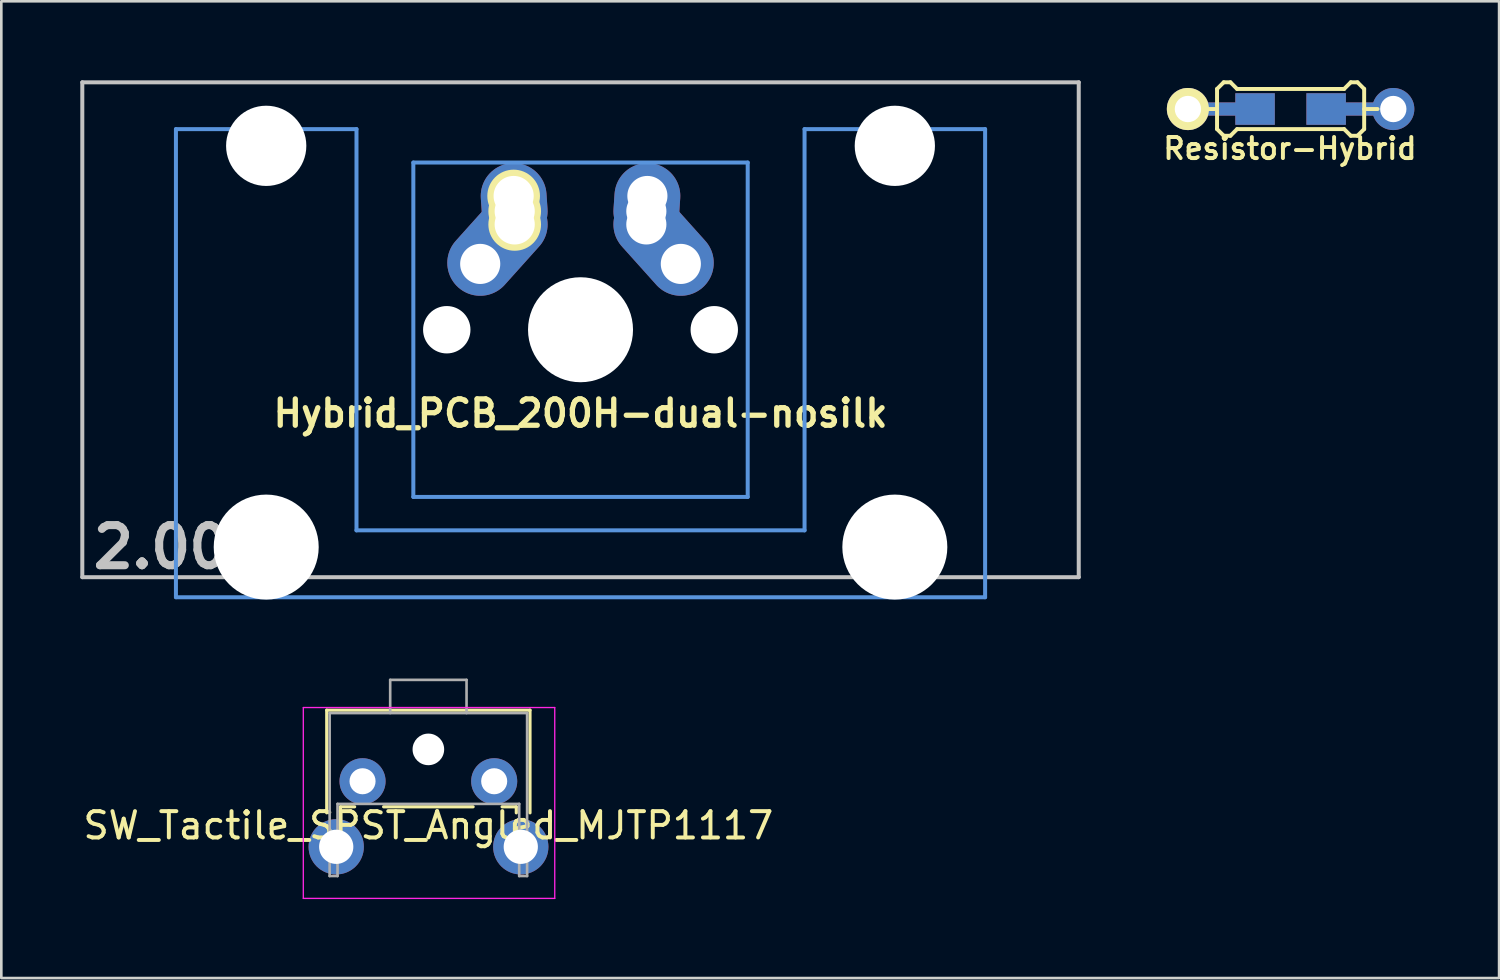
<source format=kicad_pcb>
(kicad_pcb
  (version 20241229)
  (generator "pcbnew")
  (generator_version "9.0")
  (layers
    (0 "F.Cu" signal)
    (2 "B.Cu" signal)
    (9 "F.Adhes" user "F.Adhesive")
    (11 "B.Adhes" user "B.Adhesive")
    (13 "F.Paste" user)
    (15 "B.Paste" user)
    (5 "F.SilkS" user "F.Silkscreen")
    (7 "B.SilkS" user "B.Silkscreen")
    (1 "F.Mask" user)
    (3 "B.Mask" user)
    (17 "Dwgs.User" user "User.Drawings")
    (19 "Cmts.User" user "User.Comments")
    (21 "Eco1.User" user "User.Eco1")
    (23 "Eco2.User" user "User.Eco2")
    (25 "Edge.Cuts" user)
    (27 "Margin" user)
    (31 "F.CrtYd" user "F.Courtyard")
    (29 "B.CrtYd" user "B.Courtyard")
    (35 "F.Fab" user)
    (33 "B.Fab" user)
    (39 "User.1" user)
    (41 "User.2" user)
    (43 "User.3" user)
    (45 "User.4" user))
  (footprint "Resistor-Hybrid"
    (layer "F.Cu")
    (at 45.969 1.091)
    (property "Reference" "Resistor-Hybrid" (at -0.025 1.5 0) (layer "F.SilkS") (effects (font (size 0.8 0.8) (thickness 0.15))))
    (attr smd)
    (fp_line (start -3.302 0) (end -2.794 0) (stroke (width 0.15) (type solid)) (layer "F.SilkS"))
    (fp_line (start -2.794 -0.762) (end -2.54 -1.016) (stroke (width 0.15) (type solid)) (layer "F.SilkS"))
    (fp_line (start -2.794 0.762) (end -2.794 -0.762) (stroke (width 0.15) (type solid)) (layer "F.SilkS"))
    (fp_line (start -2.54 -1.016) (end -2.286 -1.016) (stroke (width 0.15) (type solid)) (layer "F.SilkS"))
    (fp_line (start -2.54 1.016) (end -2.794 0.762) (stroke (width 0.15) (type solid)) (layer "F.SilkS"))
    (fp_line (start -2.286 -1.016) (end -2.032 -0.762) (stroke (width 0.15) (type solid)) (layer "F.SilkS"))
    (fp_line (start -2.286 1.016) (end -2.54 1.016) (stroke (width 0.15) (type solid)) (layer "F.SilkS"))
    (fp_line (start -2.032 -0.762) (end 2.032 -0.762) (stroke (width 0.15) (type solid)) (layer "F.SilkS"))
    (fp_line (start -2.032 0.762) (end -2.286 1.016) (stroke (width 0.15) (type solid)) (layer "F.SilkS"))
    (fp_line (start 2.032 -0.762) (end 2.286 -1.016) (stroke (width 0.15) (type solid)) (layer "F.SilkS"))
    (fp_line (start 2.032 0.762) (end -2.032 0.762) (stroke (width 0.15) (type solid)) (layer "F.SilkS"))
    (fp_line (start 2.286 -1.016) (end 2.54 -1.016) (stroke (width 0.15) (type solid)) (layer "F.SilkS"))
    (fp_line (start 2.286 1.016) (end 2.032 0.762) (stroke (width 0.15) (type solid)) (layer "F.SilkS"))
    (fp_line (start 2.54 -1.016) (end 2.794 -0.762) (stroke (width 0.15) (type solid)) (layer "F.SilkS"))
    (fp_line (start 2.54 1.016) (end 2.286 1.016) (stroke (width 0.15) (type solid)) (layer "F.SilkS"))
    (fp_line (start 2.794 -0.762) (end 2.794 0.762) (stroke (width 0.15) (type solid)) (layer "F.SilkS"))
    (fp_line (start 2.794 0) (end 3.302 0) (stroke (width 0.15) (type solid)) (layer "F.SilkS"))
    (fp_line (start 2.794 0.762) (end 2.54 1.016) (stroke (width 0.15) (type solid)) (layer "F.SilkS"))
    (pad "1" smd rect (at 1.35 0) (size 1.5 1.2) (layers "F.Cu" "F.Mask" "F.Paste"))
    (pad "1" smd rect (at 1.35 0) (size 1.5 1.2) (layers "B.Cu" "B.Mask" "B.Paste"))
    (pad "1" smd rect (at 2.5 0) (size 2.9 0.5) (layers "F.Cu"))
    (pad "1" smd rect (at 2.5 0) (size 2.9 0.5) (layers "B.Cu"))
    (pad "1" thru_hole circle (at 3.9 0) (size 1.6 1.6) (drill 1) (layers "*.Cu" "*.Mask"))
    (pad "2" thru_hole circle (at -3.9 0) (size 1.6 1.6) (drill 1) (layers "*.Cu" "*.Mask" "F.SilkS"))
    (pad "2" smd rect (at -2.5 0) (size 2.9 0.5) (layers "F.Cu"))
    (pad "2" smd rect (at -2.5 0) (size 2.9 0.5) (layers "B.Cu"))
    (pad "2" smd rect (at -1.35 0) (size 1.5 1.2) (layers "F.Cu" "F.Mask" "F.Paste"))
    (pad "2" smd rect (at -1.35 0) (size 1.5 1.2) (layers "B.Cu" "B.Mask" "B.Paste")))
  (footprint "Hybrid_PCB_200H-dual-nosilk"
    (layer "F.Cu")
    (at 18.999 9.474)
    (property "Reference" "Hybrid_PCB_200H-dual-nosilk" (at 0 3.175 0) (layer "F.SilkS") (effects (font (size 1 1) (thickness 0.2))))
    (attr through_hole)
    (fp_line (start -18.923 -9.398) (end 18.923 -9.398) (stroke (width 0.152) (type solid)) (layer "Dwgs.User"))
    (fp_line (start -18.923 9.398) (end -18.923 -9.398) (stroke (width 0.152) (type solid)) (layer "Dwgs.User"))
    (fp_line (start 18.923 -9.398) (end 18.923 9.398) (stroke (width 0.152) (type solid)) (layer "Dwgs.User"))
    (fp_line (start 18.923 9.398) (end -18.923 9.398) (stroke (width 0.152) (type solid)) (layer "Dwgs.User"))
    (fp_line (start -15.367 -7.62) (end -15.367 10.16) (stroke (width 0.152) (type solid)) (layer "Cmts.User"))
    (fp_line (start -15.367 10.16) (end 15.367 10.16) (stroke (width 0.152) (type solid)) (layer "Cmts.User"))
    (fp_line (start -8.509 -7.62) (end -15.367 -7.62) (stroke (width 0.152) (type solid)) (layer "Cmts.User"))
    (fp_line (start -8.509 7.62) (end -8.509 -7.62) (stroke (width 0.152) (type solid)) (layer "Cmts.User"))
    (fp_line (start -6.35 -6.35) (end 6.35 -6.35) (stroke (width 0.152) (type solid)) (layer "Cmts.User"))
    (fp_line (start -6.35 6.35) (end -6.35 -6.35) (stroke (width 0.152) (type solid)) (layer "Cmts.User"))
    (fp_line (start 6.35 -6.35) (end 6.35 6.35) (stroke (width 0.152) (type solid)) (layer "Cmts.User"))
    (fp_line (start 6.35 6.35) (end -6.35 6.35) (stroke (width 0.152) (type solid)) (layer "Cmts.User"))
    (fp_line (start 8.509 -7.62) (end 8.509 7.62) (stroke (width 0.152) (type solid)) (layer "Cmts.User"))
    (fp_line (start 8.509 7.62) (end -8.509 7.62) (stroke (width 0.152) (type solid)) (layer "Cmts.User"))
    (fp_line (start 15.367 -7.62) (end 8.509 -7.62) (stroke (width 0.152) (type solid)) (layer "Cmts.User"))
    (fp_line (start 15.367 10.16) (end 15.367 -7.62) (stroke (width 0.152) (type solid)) (layer "Cmts.User"))
    (fp_line (start -16.129 -2.286) (end -15.265 -2.286) (stroke (width 0.152) (type solid)) (layer "Eco2.User"))
    (fp_line (start -16.129 0.508) (end -16.129 -2.286) (stroke (width 0.152) (type solid)) (layer "Eco2.User"))
    (fp_line (start -15.265 -5.69) (end -8.611 -5.69) (stroke (width 0.152) (type solid)) (layer "Eco2.User"))
    (fp_line (start -15.265 -2.286) (end -15.265 -5.69) (stroke (width 0.152) (type solid)) (layer "Eco2.User"))
    (fp_line (start -15.265 0.508) (end -16.129 0.508) (stroke (width 0.152) (type solid)) (layer "Eco2.User"))
    (fp_line (start -15.265 6.604) (end -15.265 0.508) (stroke (width 0.152) (type solid)) (layer "Eco2.User"))
    (fp_line (start -14.224 6.604) (end -15.265 6.604) (stroke (width 0.152) (type solid)) (layer "Eco2.User"))
    (fp_line (start -14.224 7.772) (end -14.224 6.604) (stroke (width 0.152) (type solid)) (layer "Eco2.User"))
    (fp_line (start -9.652 6.604) (end -9.652 7.772) (stroke (width 0.152) (type solid)) (layer "Eco2.User"))
    (fp_line (start -9.652 7.772) (end -14.224 7.772) (stroke (width 0.152) (type solid)) (layer "Eco2.User"))
    (fp_line (start -8.611 -5.69) (end -8.611 -4.877) (stroke (width 0.152) (type solid)) (layer "Eco2.User"))
    (fp_line (start -8.611 -4.877) (end -6.985 -4.877) (stroke (width 0.152) (type solid)) (layer "Eco2.User"))
    (fp_line (start -8.611 5.817) (end -8.611 6.604) (stroke (width 0.152) (type solid)) (layer "Eco2.User"))
    (fp_line (start -8.611 6.604) (end -9.652 6.604) (stroke (width 0.152) (type solid)) (layer "Eco2.User"))
    (fp_line (start -6.985 -6.985) (end 6.985 -6.985) (stroke (width 0.152) (type solid)) (layer "Eco2.User"))
    (fp_line (start -6.985 -4.877) (end -6.985 -6.985) (stroke (width 0.152) (type solid)) (layer "Eco2.User"))
    (fp_line (start -6.985 5.817) (end -8.611 5.817) (stroke (width 0.152) (type solid)) (layer "Eco2.User"))
    (fp_line (start -6.985 6.985) (end -6.985 5.817) (stroke (width 0.152) (type solid)) (layer "Eco2.User"))
    (fp_line (start 6.985 -6.985) (end 6.985 -4.877) (stroke (width 0.152) (type solid)) (layer "Eco2.User"))
    (fp_line (start 6.985 -4.877) (end 8.611 -4.877) (stroke (width 0.152) (type solid)) (layer "Eco2.User"))
    (fp_line (start 6.985 5.817) (end 6.985 6.985) (stroke (width 0.152) (type solid)) (layer "Eco2.User"))
    (fp_line (start 6.985 6.985) (end -6.985 6.985) (stroke (width 0.152) (type solid)) (layer "Eco2.User"))
    (fp_line (start 8.611 -5.69) (end 15.265 -5.69) (stroke (width 0.152) (type solid)) (layer "Eco2.User"))
    (fp_line (start 8.611 -4.877) (end 8.611 -5.69) (stroke (width 0.152) (type solid)) (layer "Eco2.User"))
    (fp_line (start 8.611 5.817) (end 6.985 5.817) (stroke (width 0.152) (type solid)) (layer "Eco2.User"))
    (fp_line (start 8.611 6.604) (end 8.611 5.817) (stroke (width 0.152) (type solid)) (layer "Eco2.User"))
    (fp_line (start 9.652 6.604) (end 8.611 6.604) (stroke (width 0.152) (type solid)) (layer "Eco2.User"))
    (fp_line (start 9.652 7.772) (end 9.652 6.604) (stroke (width 0.152) (type solid)) (layer "Eco2.User"))
    (fp_line (start 14.224 6.604) (end 14.224 7.772) (stroke (width 0.152) (type solid)) (layer "Eco2.User"))
    (fp_line (start 14.224 7.772) (end 9.652 7.772) (stroke (width 0.152) (type solid)) (layer "Eco2.User"))
    (fp_line (start 15.265 -5.69) (end 15.265 -2.286) (stroke (width 0.152) (type solid)) (layer "Eco2.User"))
    (fp_line (start 15.265 -2.286) (end 16.129 -2.286) (stroke (width 0.152) (type solid)) (layer "Eco2.User"))
    (fp_line (start 15.265 0.508) (end 15.265 6.604) (stroke (width 0.152) (type solid)) (layer "Eco2.User"))
    (fp_line (start 15.265 6.604) (end 14.224 6.604) (stroke (width 0.152) (type solid)) (layer "Eco2.User"))
    (fp_line (start 16.129 -2.286) (end 16.129 0.508) (stroke (width 0.152) (type solid)) (layer "Eco2.User"))
    (fp_line (start 16.129 0.508) (end 15.265 0.508) (stroke (width 0.152) (type solid)) (layer "Eco2.User"))
    (fp_text user "2.00u" (at -15.24 8.255 0) (layer "Dwgs.User") (effects (font (size 1.524 1.524) (thickness 0.305))))
    (pad "" np_thru_hole circle (at -11.938 -6.985) (size 3.048 3.048) (drill 3.048) (layers "*.Cu"))
    (pad "" np_thru_hole circle (at -11.938 8.255) (size 3.988 3.988) (drill 3.988) (layers "*.Cu"))
    (pad "" np_thru_hole circle (at -5.08 0) (size 1.8 1.8) (drill 1.8) (layers "*.Cu"))
    (pad "" np_thru_hole circle (at 0 0) (size 3.988 3.988) (drill 3.988) (layers "*.Cu"))
    (pad "" np_thru_hole circle (at 5.08 0) (size 1.8 1.8) (drill 1.8) (layers "*.Cu"))
    (pad "" np_thru_hole circle (at 11.938 -6.985) (size 3.048 3.048) (drill 3.048) (layers "*.Cu"))
    (pad "" np_thru_hole circle (at 11.938 8.255) (size 3.988 3.988) (drill 3.988) (layers "*.Cu"))
    (pad "1" thru_hole circle (at -3.81 -2.5 3.9) (size 2 2) (drill 1.524) (layers "*.Cu" "*.Mask"))
    (pad "1" smd oval (at -3.155 -3.27 138.1) (size 2.5 4.462) (layers "F.Cu" "F.Mask" "F.Paste"))
    (pad "1" smd oval (at -3.155 -3.27 138.1) (size 2.5 4.462) (layers "B.Cu" "B.Mask" "B.Paste"))
    (pad "1" thru_hole circle (at -2.54 -5.08) (size 2 2) (drill 1.524) (layers "*.Cu" "*.Mask" "F.SilkS"))
    (pad "1" smd oval (at -2.52 -4.79 3.9) (size 2.5 3.081) (layers "F.Cu" "F.Mask" "F.Paste"))
    (pad "1" smd oval (at -2.52 -4.79 3.9) (size 2.5 3.081) (layers "B.Cu" "B.Mask" "B.Paste"))
    (pad "1" thru_hole circle (at -2.5 -4.5) (size 2 2) (drill 1.524) (layers "*.Cu" "*.Mask" "F.SilkS"))
    (pad "1" thru_hole circle (at -2.5 -4) (size 2 2) (drill 1.524) (layers "*.Cu" "*.Mask" "F.SilkS"))
    (pad "2" thru_hole circle (at 2.5 -4.5 3.9) (size 2 2) (drill 1.524) (layers "*.Cu" "*.Mask"))
    (pad "2" thru_hole circle (at 2.5 -4 3.9) (size 2 2) (drill 1.524) (layers "*.Cu" "*.Mask"))
    (pad "2" smd oval (at 2.52 -4.79 356.1) (size 2.5 3.081) (layers "F.Cu" "F.Mask" "F.Paste"))
    (pad "2" smd oval (at 2.52 -4.79 356.1) (size 2.5 3.081) (layers "B.Cu" "B.Mask" "B.Paste"))
    (pad "2" thru_hole circle (at 2.54 -5.08 3.9) (size 2 2) (drill 1.524) (layers "*.Cu" "*.Mask"))
    (pad "2" smd oval (at 3.155 -3.27 221.9) (size 2.5 4.462) (layers "F.Cu" "F.Mask" "F.Paste"))
    (pad "2" smd oval (at 3.155 -3.27 221.9) (size 2.5 4.462) (layers "B.Cu" "B.Mask" "B.Paste"))
    (pad "2" thru_hole circle (at 3.81 -2.5 3.9) (size 2 2) (drill 1.524) (layers "*.Cu" "*.Mask")))
  (footprint "SW_Tactile_SPST_Angled_MJTP1117"
    (layer "F.Cu")
    (at 10.72 26.623)
    (property "Reference" "SW_Tactile_SPST_Angled_MJTP1117" (at 2.5 1.68 0) (layer "F.SilkS") (effects (font (size 1 1) (thickness 0.15))))
    (attr through_hole)
    (fp_line (start -1.36 -2.7) (end -1.36 1.2) (stroke (width 0.12) (type solid)) (layer "F.SilkS"))
    (fp_line (start -1.36 -2.7) (end 6.36 -2.7) (stroke (width 0.12) (type solid)) (layer "F.SilkS"))
    (fp_line (start -0.84 0.97) (end -0.84 1.2) (stroke (width 0.12) (type solid)) (layer "F.SilkS"))
    (fp_line (start -0.84 0.97) (end -0.3 0.97) (stroke (width 0.12) (type solid)) (layer "F.SilkS"))
    (fp_line (start 0.8 0.97) (end 4.2 0.97) (stroke (width 0.12) (type solid)) (layer "F.SilkS"))
    (fp_line (start 5.3 0.97) (end 5.84 0.97) (stroke (width 0.12) (type solid)) (layer "F.SilkS"))
    (fp_line (start 5.84 0.97) (end 5.84 1.2) (stroke (width 0.12) (type solid)) (layer "F.SilkS"))
    (fp_line (start 6.36 -2.7) (end 6.36 1.2) (stroke (width 0.12) (type solid)) (layer "F.SilkS"))
    (fp_line (start -2.25 -2.8) (end 7.3 -2.8) (stroke (width 0.05) (type solid)) (layer "F.CrtYd"))
    (fp_line (start -2.25 4.45) (end -2.25 -2.8) (stroke (width 0.05) (type solid)) (layer "F.CrtYd"))
    (fp_line (start 7.3 -2.8) (end 7.3 4.45) (stroke (width 0.05) (type solid)) (layer "F.CrtYd"))
    (fp_line (start 7.3 4.45) (end -2.25 4.45) (stroke (width 0.05) (type solid)) (layer "F.CrtYd"))
    (fp_line (start -1.25 -2.59) (end 6.25 -2.59) (stroke (width 0.1) (type solid)) (layer "F.Fab"))
    (fp_line (start -1.25 3.6) (end -1.25 -2.59) (stroke (width 0.1) (type solid)) (layer "F.Fab"))
    (fp_line (start -1.25 3.6) (end -0.95 3.6) (stroke (width 0.1) (type solid)) (layer "F.Fab"))
    (fp_line (start -0.95 0.86) (end 5.95 0.86) (stroke (width 0.1) (type solid)) (layer "F.Fab"))
    (fp_line (start -0.95 3.6) (end -0.95 0.86) (stroke (width 0.1) (type solid)) (layer "F.Fab"))
    (fp_line (start 1.05 -3.85) (end 1.05 -2.59) (stroke (width 0.1) (type solid)) (layer "F.Fab"))
    (fp_line (start 1.05 -3.85) (end 3.95 -3.85) (stroke (width 0.1) (type solid)) (layer "F.Fab"))
    (fp_line (start 3.95 -3.85) (end 3.95 -2.59) (stroke (width 0.1) (type solid)) (layer "F.Fab"))
    (fp_line (start 5.95 3.6) (end 5.95 0.86) (stroke (width 0.1) (type solid)) (layer "F.Fab"))
    (fp_line (start 5.95 3.6) (end 6.25 3.6) (stroke (width 0.1) (type solid)) (layer "F.Fab"))
    (fp_line (start 6.25 3.6) (end 6.25 -2.59) (stroke (width 0.1) (type solid)) (layer "F.Fab"))
    (pad "" thru_hole circle (at -1 2.49) (size 2.1 2.1) (drill 1.3) (layers "*.Cu" "*.Mask"))
    (pad "" np_thru_hole circle (at 2.5 -1.21) (size 1.2 1.2) (drill 1.2) (layers "*.Cu" "*.Mask"))
    (pad "" thru_hole circle (at 6.01 2.49) (size 2.1 2.1) (drill 1.3) (layers "*.Cu" "*.Mask"))
    (pad "1" thru_hole circle (at 0 0) (size 1.75 1.75) (drill 0.99) (layers "*.Cu" "*.Mask"))
    (pad "2" thru_hole circle (at 5 0) (size 1.75 1.75) (drill 0.99) (layers "*.Cu" "*.Mask")))
  (gr_rect
    (start -3 -3)
    (end 53.888 34.098)
    (stroke (width 0.1) (type default))
    (fill no)
    (layer "Edge.Cuts")))
</source>
